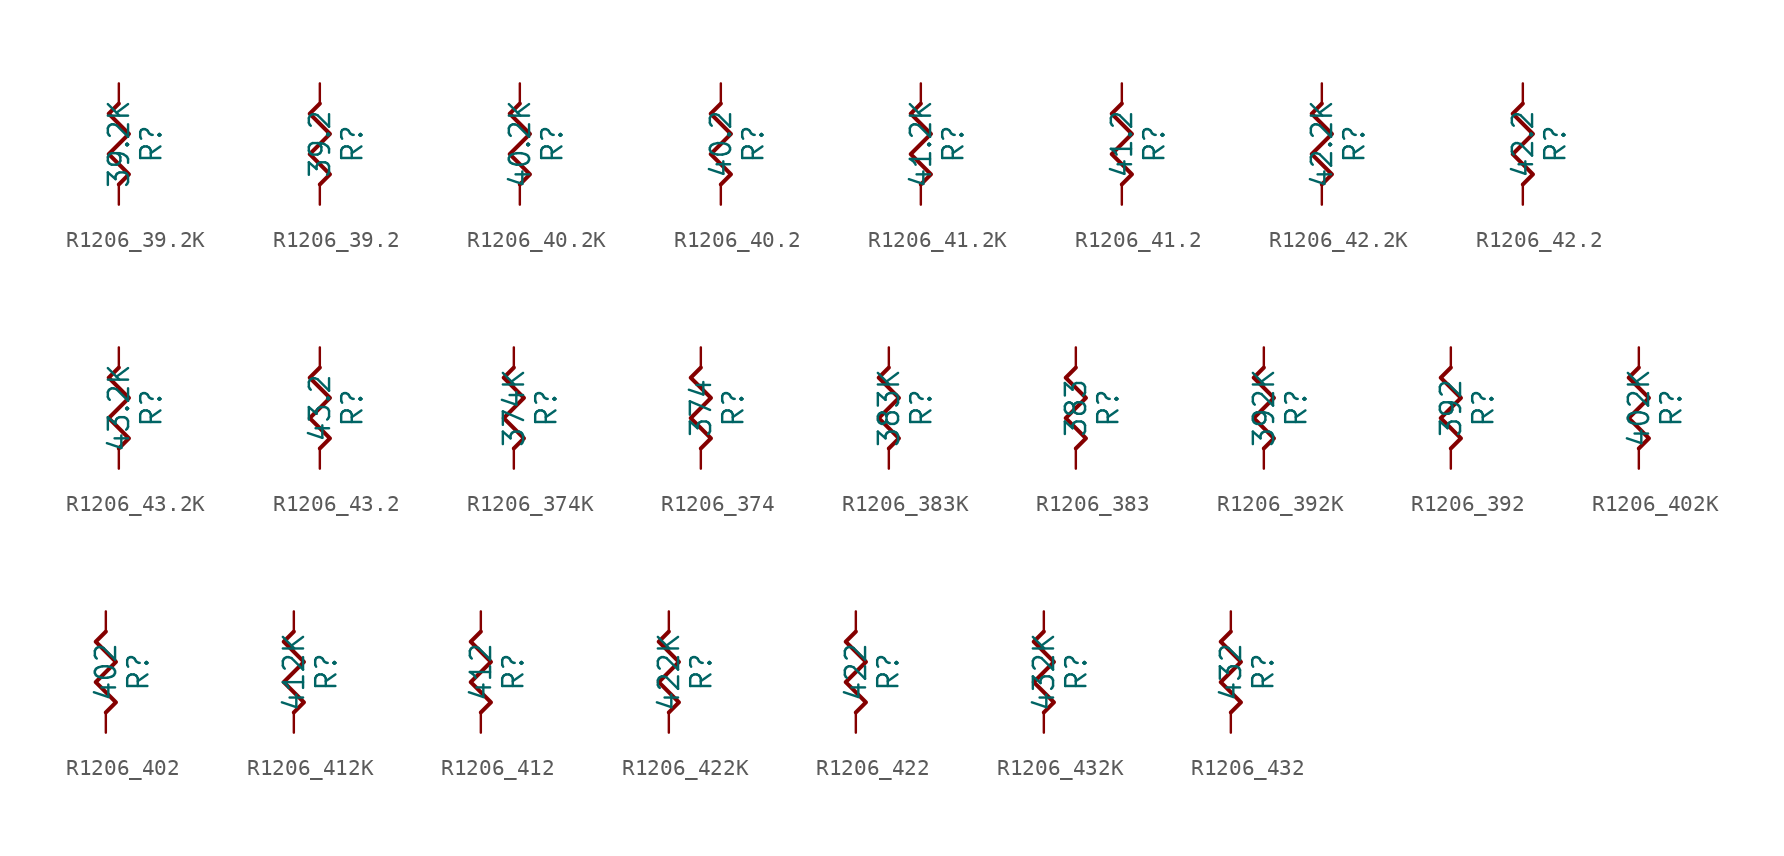
<source format=kicad_sym>
(kicad_symbol_lib
  (version 20211014)
  (generator atlantix-eda)
  (symbol "R1206_39.2K"
    (pin_numbers hide)
    (pin_names
      (offset 0))
    (property "Reference" "R"
      (at 2.032 0 90)
      (effects (font (size 1.27 1.27))))
    (property "Value" "39.2K"
      (at 0 0 90)
      (effects (font (size 1.27 1.27))))
    (symbol "R1206_39.2K_0_1"
      (polyline (pts (xy 0 -2.54) (xy 0.635 -1.905) (xy -0.635 -0.635) (xy 0.635 0.635) (xy -0.635 1.905) (xy 0 2.54)) (stroke (width 0.254) (type default) (color 0 0 0 0)) (fill (type none))))
    (symbol "R1206_39.2K_1_1"
      (pin passive line (at 0 3.81 270) (length 1.27) (name "~" (effects (font (size 1.27 1.27)))) (number "1" (effects (font (size 1.27 1.27)))))
      (pin passive line (at 0 -3.81 90) (length 1.27) (name "~" (effects (font (size 1.27 1.27)))) (number "2" (effects (font (size 1.27 1.27)))))))
  (symbol "R1206_39.2"
    (pin_numbers hide)
    (pin_names
      (offset 0))
    (property "Reference" "R"
      (at 2.032 0 90)
      (effects (font (size 1.27 1.27))))
    (property "Value" "39.2"
      (at 0 0 90)
      (effects (font (size 1.27 1.27))))
    (symbol "R1206_39.2_0_1"
      (polyline (pts (xy 0 -2.54) (xy 0.635 -1.905) (xy -0.635 -0.635) (xy 0.635 0.635) (xy -0.635 1.905) (xy 0 2.54)) (stroke (width 0.254) (type default) (color 0 0 0 0)) (fill (type none))))
    (symbol "R1206_39.2_1_1"
      (pin passive line (at 0 3.81 270) (length 1.27) (name "~" (effects (font (size 1.27 1.27)))) (number "1" (effects (font (size 1.27 1.27)))))
      (pin passive line (at 0 -3.81 90) (length 1.27) (name "~" (effects (font (size 1.27 1.27)))) (number "2" (effects (font (size 1.27 1.27)))))))
  (symbol "R1206_40.2K"
    (pin_numbers hide)
    (pin_names
      (offset 0))
    (property "Reference" "R"
      (at 2.032 0 90)
      (effects (font (size 1.27 1.27))))
    (property "Value" "40.2K"
      (at 0 0 90)
      (effects (font (size 1.27 1.27))))
    (symbol "R1206_40.2K_0_1"
      (polyline (pts (xy 0 -2.54) (xy 0.635 -1.905) (xy -0.635 -0.635) (xy 0.635 0.635) (xy -0.635 1.905) (xy 0 2.54)) (stroke (width 0.254) (type default) (color 0 0 0 0)) (fill (type none))))
    (symbol "R1206_40.2K_1_1"
      (pin passive line (at 0 3.81 270) (length 1.27) (name "~" (effects (font (size 1.27 1.27)))) (number "1" (effects (font (size 1.27 1.27)))))
      (pin passive line (at 0 -3.81 90) (length 1.27) (name "~" (effects (font (size 1.27 1.27)))) (number "2" (effects (font (size 1.27 1.27)))))))
  (symbol "R1206_40.2"
    (pin_numbers hide)
    (pin_names
      (offset 0))
    (property "Reference" "R"
      (at 2.032 0 90)
      (effects (font (size 1.27 1.27))))
    (property "Value" "40.2"
      (at 0 0 90)
      (effects (font (size 1.27 1.27))))
    (symbol "R1206_40.2_0_1"
      (polyline (pts (xy 0 -2.54) (xy 0.635 -1.905) (xy -0.635 -0.635) (xy 0.635 0.635) (xy -0.635 1.905) (xy 0 2.54)) (stroke (width 0.254) (type default) (color 0 0 0 0)) (fill (type none))))
    (symbol "R1206_40.2_1_1"
      (pin passive line (at 0 3.81 270) (length 1.27) (name "~" (effects (font (size 1.27 1.27)))) (number "1" (effects (font (size 1.27 1.27)))))
      (pin passive line (at 0 -3.81 90) (length 1.27) (name "~" (effects (font (size 1.27 1.27)))) (number "2" (effects (font (size 1.27 1.27)))))))
  (symbol "R1206_41.2K"
    (pin_numbers hide)
    (pin_names
      (offset 0))
    (property "Reference" "R"
      (at 2.032 0 90)
      (effects (font (size 1.27 1.27))))
    (property "Value" "41.2K"
      (at 0 0 90)
      (effects (font (size 1.27 1.27))))
    (symbol "R1206_41.2K_0_1"
      (polyline (pts (xy 0 -2.54) (xy 0.635 -1.905) (xy -0.635 -0.635) (xy 0.635 0.635) (xy -0.635 1.905) (xy 0 2.54)) (stroke (width 0.254) (type default) (color 0 0 0 0)) (fill (type none))))
    (symbol "R1206_41.2K_1_1"
      (pin passive line (at 0 3.81 270) (length 1.27) (name "~" (effects (font (size 1.27 1.27)))) (number "1" (effects (font (size 1.27 1.27)))))
      (pin passive line (at 0 -3.81 90) (length 1.27) (name "~" (effects (font (size 1.27 1.27)))) (number "2" (effects (font (size 1.27 1.27)))))))
  (symbol "R1206_41.2"
    (pin_numbers hide)
    (pin_names
      (offset 0))
    (property "Reference" "R"
      (at 2.032 0 90)
      (effects (font (size 1.27 1.27))))
    (property "Value" "41.2"
      (at 0 0 90)
      (effects (font (size 1.27 1.27))))
    (symbol "R1206_41.2_0_1"
      (polyline (pts (xy 0 -2.54) (xy 0.635 -1.905) (xy -0.635 -0.635) (xy 0.635 0.635) (xy -0.635 1.905) (xy 0 2.54)) (stroke (width 0.254) (type default) (color 0 0 0 0)) (fill (type none))))
    (symbol "R1206_41.2_1_1"
      (pin passive line (at 0 3.81 270) (length 1.27) (name "~" (effects (font (size 1.27 1.27)))) (number "1" (effects (font (size 1.27 1.27)))))
      (pin passive line (at 0 -3.81 90) (length 1.27) (name "~" (effects (font (size 1.27 1.27)))) (number "2" (effects (font (size 1.27 1.27)))))))
  (symbol "R1206_42.2K"
    (pin_numbers hide)
    (pin_names
      (offset 0))
    (property "Reference" "R"
      (at 2.032 0 90)
      (effects (font (size 1.27 1.27))))
    (property "Value" "42.2K"
      (at 0 0 90)
      (effects (font (size 1.27 1.27))))
    (symbol "R1206_42.2K_0_1"
      (polyline (pts (xy 0 -2.54) (xy 0.635 -1.905) (xy -0.635 -0.635) (xy 0.635 0.635) (xy -0.635 1.905) (xy 0 2.54)) (stroke (width 0.254) (type default) (color 0 0 0 0)) (fill (type none))))
    (symbol "R1206_42.2K_1_1"
      (pin passive line (at 0 3.81 270) (length 1.27) (name "~" (effects (font (size 1.27 1.27)))) (number "1" (effects (font (size 1.27 1.27)))))
      (pin passive line (at 0 -3.81 90) (length 1.27) (name "~" (effects (font (size 1.27 1.27)))) (number "2" (effects (font (size 1.27 1.27)))))))
  (symbol "R1206_42.2"
    (pin_numbers hide)
    (pin_names
      (offset 0))
    (property "Reference" "R"
      (at 2.032 0 90)
      (effects (font (size 1.27 1.27))))
    (property "Value" "42.2"
      (at 0 0 90)
      (effects (font (size 1.27 1.27))))
    (symbol "R1206_42.2_0_1"
      (polyline (pts (xy 0 -2.54) (xy 0.635 -1.905) (xy -0.635 -0.635) (xy 0.635 0.635) (xy -0.635 1.905) (xy 0 2.54)) (stroke (width 0.254) (type default) (color 0 0 0 0)) (fill (type none))))
    (symbol "R1206_42.2_1_1"
      (pin passive line (at 0 3.81 270) (length 1.27) (name "~" (effects (font (size 1.27 1.27)))) (number "1" (effects (font (size 1.27 1.27)))))
      (pin passive line (at 0 -3.81 90) (length 1.27) (name "~" (effects (font (size 1.27 1.27)))) (number "2" (effects (font (size 1.27 1.27)))))))
  (symbol "R1206_43.2K"
    (pin_numbers hide)
    (pin_names
      (offset 0))
    (property "Reference" "R"
      (at 2.032 0 90)
      (effects (font (size 1.27 1.27))))
    (property "Value" "43.2K"
      (at 0 0 90)
      (effects (font (size 1.27 1.27))))
    (symbol "R1206_43.2K_0_1"
      (polyline (pts (xy 0 -2.54) (xy 0.635 -1.905) (xy -0.635 -0.635) (xy 0.635 0.635) (xy -0.635 1.905) (xy 0 2.54)) (stroke (width 0.254) (type default) (color 0 0 0 0)) (fill (type none))))
    (symbol "R1206_43.2K_1_1"
      (pin passive line (at 0 3.81 270) (length 1.27) (name "~" (effects (font (size 1.27 1.27)))) (number "1" (effects (font (size 1.27 1.27)))))
      (pin passive line (at 0 -3.81 90) (length 1.27) (name "~" (effects (font (size 1.27 1.27)))) (number "2" (effects (font (size 1.27 1.27)))))))
  (symbol "R1206_43.2"
    (pin_numbers hide)
    (pin_names
      (offset 0))
    (property "Reference" "R"
      (at 2.032 0 90)
      (effects (font (size 1.27 1.27))))
    (property "Value" "43.2"
      (at 0 0 90)
      (effects (font (size 1.27 1.27))))
    (symbol "R1206_43.2_0_1"
      (polyline (pts (xy 0 -2.54) (xy 0.635 -1.905) (xy -0.635 -0.635) (xy 0.635 0.635) (xy -0.635 1.905) (xy 0 2.54)) (stroke (width 0.254) (type default) (color 0 0 0 0)) (fill (type none))))
    (symbol "R1206_43.2_1_1"
      (pin passive line (at 0 3.81 270) (length 1.27) (name "~" (effects (font (size 1.27 1.27)))) (number "1" (effects (font (size 1.27 1.27)))))
      (pin passive line (at 0 -3.81 90) (length 1.27) (name "~" (effects (font (size 1.27 1.27)))) (number "2" (effects (font (size 1.27 1.27)))))))
  (symbol "R1206_374K"
    (pin_numbers hide)
    (pin_names
      (offset 0))
    (property "Reference" "R"
      (at 2.032 0 90)
      (effects (font (size 1.27 1.27))))
    (property "Value" "374K"
      (at 0 0 90)
      (effects (font (size 1.27 1.27))))
    (symbol "R1206_374K_0_1"
      (polyline (pts (xy 0 -2.54) (xy 0.635 -1.905) (xy -0.635 -0.635) (xy 0.635 0.635) (xy -0.635 1.905) (xy 0 2.54)) (stroke (width 0.254) (type default) (color 0 0 0 0)) (fill (type none))))
    (symbol "R1206_374K_1_1"
      (pin passive line (at 0 3.81 270) (length 1.27) (name "~" (effects (font (size 1.27 1.27)))) (number "1" (effects (font (size 1.27 1.27)))))
      (pin passive line (at 0 -3.81 90) (length 1.27) (name "~" (effects (font (size 1.27 1.27)))) (number "2" (effects (font (size 1.27 1.27)))))))
  (symbol "R1206_374"
    (pin_numbers hide)
    (pin_names
      (offset 0))
    (property "Reference" "R"
      (at 2.032 0 90)
      (effects (font (size 1.27 1.27))))
    (property "Value" "374"
      (at 0 0 90)
      (effects (font (size 1.27 1.27))))
    (symbol "R1206_374_0_1"
      (polyline (pts (xy 0 -2.54) (xy 0.635 -1.905) (xy -0.635 -0.635) (xy 0.635 0.635) (xy -0.635 1.905) (xy 0 2.54)) (stroke (width 0.254) (type default) (color 0 0 0 0)) (fill (type none))))
    (symbol "R1206_374_1_1"
      (pin passive line (at 0 3.81 270) (length 1.27) (name "~" (effects (font (size 1.27 1.27)))) (number "1" (effects (font (size 1.27 1.27)))))
      (pin passive line (at 0 -3.81 90) (length 1.27) (name "~" (effects (font (size 1.27 1.27)))) (number "2" (effects (font (size 1.27 1.27)))))))
  (symbol "R1206_383K"
    (pin_numbers hide)
    (pin_names
      (offset 0))
    (property "Reference" "R"
      (at 2.032 0 90)
      (effects (font (size 1.27 1.27))))
    (property "Value" "383K"
      (at 0 0 90)
      (effects (font (size 1.27 1.27))))
    (symbol "R1206_383K_0_1"
      (polyline (pts (xy 0 -2.54) (xy 0.635 -1.905) (xy -0.635 -0.635) (xy 0.635 0.635) (xy -0.635 1.905) (xy 0 2.54)) (stroke (width 0.254) (type default) (color 0 0 0 0)) (fill (type none))))
    (symbol "R1206_383K_1_1"
      (pin passive line (at 0 3.81 270) (length 1.27) (name "~" (effects (font (size 1.27 1.27)))) (number "1" (effects (font (size 1.27 1.27)))))
      (pin passive line (at 0 -3.81 90) (length 1.27) (name "~" (effects (font (size 1.27 1.27)))) (number "2" (effects (font (size 1.27 1.27)))))))
  (symbol "R1206_383"
    (pin_numbers hide)
    (pin_names
      (offset 0))
    (property "Reference" "R"
      (at 2.032 0 90)
      (effects (font (size 1.27 1.27))))
    (property "Value" "383"
      (at 0 0 90)
      (effects (font (size 1.27 1.27))))
    (symbol "R1206_383_0_1"
      (polyline (pts (xy 0 -2.54) (xy 0.635 -1.905) (xy -0.635 -0.635) (xy 0.635 0.635) (xy -0.635 1.905) (xy 0 2.54)) (stroke (width 0.254) (type default) (color 0 0 0 0)) (fill (type none))))
    (symbol "R1206_383_1_1"
      (pin passive line (at 0 3.81 270) (length 1.27) (name "~" (effects (font (size 1.27 1.27)))) (number "1" (effects (font (size 1.27 1.27)))))
      (pin passive line (at 0 -3.81 90) (length 1.27) (name "~" (effects (font (size 1.27 1.27)))) (number "2" (effects (font (size 1.27 1.27)))))))
  (symbol "R1206_392K"
    (pin_numbers hide)
    (pin_names
      (offset 0))
    (property "Reference" "R"
      (at 2.032 0 90)
      (effects (font (size 1.27 1.27))))
    (property "Value" "392K"
      (at 0 0 90)
      (effects (font (size 1.27 1.27))))
    (symbol "R1206_392K_0_1"
      (polyline (pts (xy 0 -2.54) (xy 0.635 -1.905) (xy -0.635 -0.635) (xy 0.635 0.635) (xy -0.635 1.905) (xy 0 2.54)) (stroke (width 0.254) (type default) (color 0 0 0 0)) (fill (type none))))
    (symbol "R1206_392K_1_1"
      (pin passive line (at 0 3.81 270) (length 1.27) (name "~" (effects (font (size 1.27 1.27)))) (number "1" (effects (font (size 1.27 1.27)))))
      (pin passive line (at 0 -3.81 90) (length 1.27) (name "~" (effects (font (size 1.27 1.27)))) (number "2" (effects (font (size 1.27 1.27)))))))
  (symbol "R1206_392"
    (pin_numbers hide)
    (pin_names
      (offset 0))
    (property "Reference" "R"
      (at 2.032 0 90)
      (effects (font (size 1.27 1.27))))
    (property "Value" "392"
      (at 0 0 90)
      (effects (font (size 1.27 1.27))))
    (symbol "R1206_392_0_1"
      (polyline (pts (xy 0 -2.54) (xy 0.635 -1.905) (xy -0.635 -0.635) (xy 0.635 0.635) (xy -0.635 1.905) (xy 0 2.54)) (stroke (width 0.254) (type default) (color 0 0 0 0)) (fill (type none))))
    (symbol "R1206_392_1_1"
      (pin passive line (at 0 3.81 270) (length 1.27) (name "~" (effects (font (size 1.27 1.27)))) (number "1" (effects (font (size 1.27 1.27)))))
      (pin passive line (at 0 -3.81 90) (length 1.27) (name "~" (effects (font (size 1.27 1.27)))) (number "2" (effects (font (size 1.27 1.27)))))))
  (symbol "R1206_402K"
    (pin_numbers hide)
    (pin_names
      (offset 0))
    (property "Reference" "R"
      (at 2.032 0 90)
      (effects (font (size 1.27 1.27))))
    (property "Value" "402K"
      (at 0 0 90)
      (effects (font (size 1.27 1.27))))
    (symbol "R1206_402K_0_1"
      (polyline (pts (xy 0 -2.54) (xy 0.635 -1.905) (xy -0.635 -0.635) (xy 0.635 0.635) (xy -0.635 1.905) (xy 0 2.54)) (stroke (width 0.254) (type default) (color 0 0 0 0)) (fill (type none))))
    (symbol "R1206_402K_1_1"
      (pin passive line (at 0 3.81 270) (length 1.27) (name "~" (effects (font (size 1.27 1.27)))) (number "1" (effects (font (size 1.27 1.27)))))
      (pin passive line (at 0 -3.81 90) (length 1.27) (name "~" (effects (font (size 1.27 1.27)))) (number "2" (effects (font (size 1.27 1.27)))))))
  (symbol "R1206_402"
    (pin_numbers hide)
    (pin_names
      (offset 0))
    (property "Reference" "R"
      (at 2.032 0 90)
      (effects (font (size 1.27 1.27))))
    (property "Value" "402"
      (at 0 0 90)
      (effects (font (size 1.27 1.27))))
    (symbol "R1206_402_0_1"
      (polyline (pts (xy 0 -2.54) (xy 0.635 -1.905) (xy -0.635 -0.635) (xy 0.635 0.635) (xy -0.635 1.905) (xy 0 2.54)) (stroke (width 0.254) (type default) (color 0 0 0 0)) (fill (type none))))
    (symbol "R1206_402_1_1"
      (pin passive line (at 0 3.81 270) (length 1.27) (name "~" (effects (font (size 1.27 1.27)))) (number "1" (effects (font (size 1.27 1.27)))))
      (pin passive line (at 0 -3.81 90) (length 1.27) (name "~" (effects (font (size 1.27 1.27)))) (number "2" (effects (font (size 1.27 1.27)))))))
  (symbol "R1206_412K"
    (pin_numbers hide)
    (pin_names
      (offset 0))
    (property "Reference" "R"
      (at 2.032 0 90)
      (effects (font (size 1.27 1.27))))
    (property "Value" "412K"
      (at 0 0 90)
      (effects (font (size 1.27 1.27))))
    (symbol "R1206_412K_0_1"
      (polyline (pts (xy 0 -2.54) (xy 0.635 -1.905) (xy -0.635 -0.635) (xy 0.635 0.635) (xy -0.635 1.905) (xy 0 2.54)) (stroke (width 0.254) (type default) (color 0 0 0 0)) (fill (type none))))
    (symbol "R1206_412K_1_1"
      (pin passive line (at 0 3.81 270) (length 1.27) (name "~" (effects (font (size 1.27 1.27)))) (number "1" (effects (font (size 1.27 1.27)))))
      (pin passive line (at 0 -3.81 90) (length 1.27) (name "~" (effects (font (size 1.27 1.27)))) (number "2" (effects (font (size 1.27 1.27)))))))
  (symbol "R1206_412"
    (pin_numbers hide)
    (pin_names
      (offset 0))
    (property "Reference" "R"
      (at 2.032 0 90)
      (effects (font (size 1.27 1.27))))
    (property "Value" "412"
      (at 0 0 90)
      (effects (font (size 1.27 1.27))))
    (symbol "R1206_412_0_1"
      (polyline (pts (xy 0 -2.54) (xy 0.635 -1.905) (xy -0.635 -0.635) (xy 0.635 0.635) (xy -0.635 1.905) (xy 0 2.54)) (stroke (width 0.254) (type default) (color 0 0 0 0)) (fill (type none))))
    (symbol "R1206_412_1_1"
      (pin passive line (at 0 3.81 270) (length 1.27) (name "~" (effects (font (size 1.27 1.27)))) (number "1" (effects (font (size 1.27 1.27)))))
      (pin passive line (at 0 -3.81 90) (length 1.27) (name "~" (effects (font (size 1.27 1.27)))) (number "2" (effects (font (size 1.27 1.27)))))))
  (symbol "R1206_422K"
    (pin_numbers hide)
    (pin_names
      (offset 0))
    (property "Reference" "R"
      (at 2.032 0 90)
      (effects (font (size 1.27 1.27))))
    (property "Value" "422K"
      (at 0 0 90)
      (effects (font (size 1.27 1.27))))
    (symbol "R1206_422K_0_1"
      (polyline (pts (xy 0 -2.54) (xy 0.635 -1.905) (xy -0.635 -0.635) (xy 0.635 0.635) (xy -0.635 1.905) (xy 0 2.54)) (stroke (width 0.254) (type default) (color 0 0 0 0)) (fill (type none))))
    (symbol "R1206_422K_1_1"
      (pin passive line (at 0 3.81 270) (length 1.27) (name "~" (effects (font (size 1.27 1.27)))) (number "1" (effects (font (size 1.27 1.27)))))
      (pin passive line (at 0 -3.81 90) (length 1.27) (name "~" (effects (font (size 1.27 1.27)))) (number "2" (effects (font (size 1.27 1.27)))))))
  (symbol "R1206_422"
    (pin_numbers hide)
    (pin_names
      (offset 0))
    (property "Reference" "R"
      (at 2.032 0 90)
      (effects (font (size 1.27 1.27))))
    (property "Value" "422"
      (at 0 0 90)
      (effects (font (size 1.27 1.27))))
    (symbol "R1206_422_0_1"
      (polyline (pts (xy 0 -2.54) (xy 0.635 -1.905) (xy -0.635 -0.635) (xy 0.635 0.635) (xy -0.635 1.905) (xy 0 2.54)) (stroke (width 0.254) (type default) (color 0 0 0 0)) (fill (type none))))
    (symbol "R1206_422_1_1"
      (pin passive line (at 0 3.81 270) (length 1.27) (name "~" (effects (font (size 1.27 1.27)))) (number "1" (effects (font (size 1.27 1.27)))))
      (pin passive line (at 0 -3.81 90) (length 1.27) (name "~" (effects (font (size 1.27 1.27)))) (number "2" (effects (font (size 1.27 1.27)))))))
  (symbol "R1206_432K"
    (pin_numbers hide)
    (pin_names
      (offset 0))
    (property "Reference" "R"
      (at 2.032 0 90)
      (effects (font (size 1.27 1.27))))
    (property "Value" "432K"
      (at 0 0 90)
      (effects (font (size 1.27 1.27))))
    (symbol "R1206_432K_0_1"
      (polyline (pts (xy 0 -2.54) (xy 0.635 -1.905) (xy -0.635 -0.635) (xy 0.635 0.635) (xy -0.635 1.905) (xy 0 2.54)) (stroke (width 0.254) (type default) (color 0 0 0 0)) (fill (type none))))
    (symbol "R1206_432K_1_1"
      (pin passive line (at 0 3.81 270) (length 1.27) (name "~" (effects (font (size 1.27 1.27)))) (number "1" (effects (font (size 1.27 1.27)))))
      (pin passive line (at 0 -3.81 90) (length 1.27) (name "~" (effects (font (size 1.27 1.27)))) (number "2" (effects (font (size 1.27 1.27)))))))
  (symbol "R1206_432"
    (pin_numbers hide)
    (pin_names
      (offset 0))
    (property "Reference" "R"
      (at 2.032 0 90)
      (effects (font (size 1.27 1.27))))
    (property "Value" "432"
      (at 0 0 90)
      (effects (font (size 1.27 1.27))))
    (symbol "R1206_432_0_1"
      (polyline (pts (xy 0 -2.54) (xy 0.635 -1.905) (xy -0.635 -0.635) (xy 0.635 0.635) (xy -0.635 1.905) (xy 0 2.54)) (stroke (width 0.254) (type default) (color 0 0 0 0)) (fill (type none))))
    (symbol "R1206_432_1_1"
      (pin passive line (at 0 3.81 270) (length 1.27) (name "~" (effects (font (size 1.27 1.27)))) (number "1" (effects (font (size 1.27 1.27)))))
      (pin passive line (at 0 -3.81 90) (length 1.27) (name "~" (effects (font (size 1.27 1.27)))) (number "2" (effects (font (size 1.27 1.27))))))))
</source>
